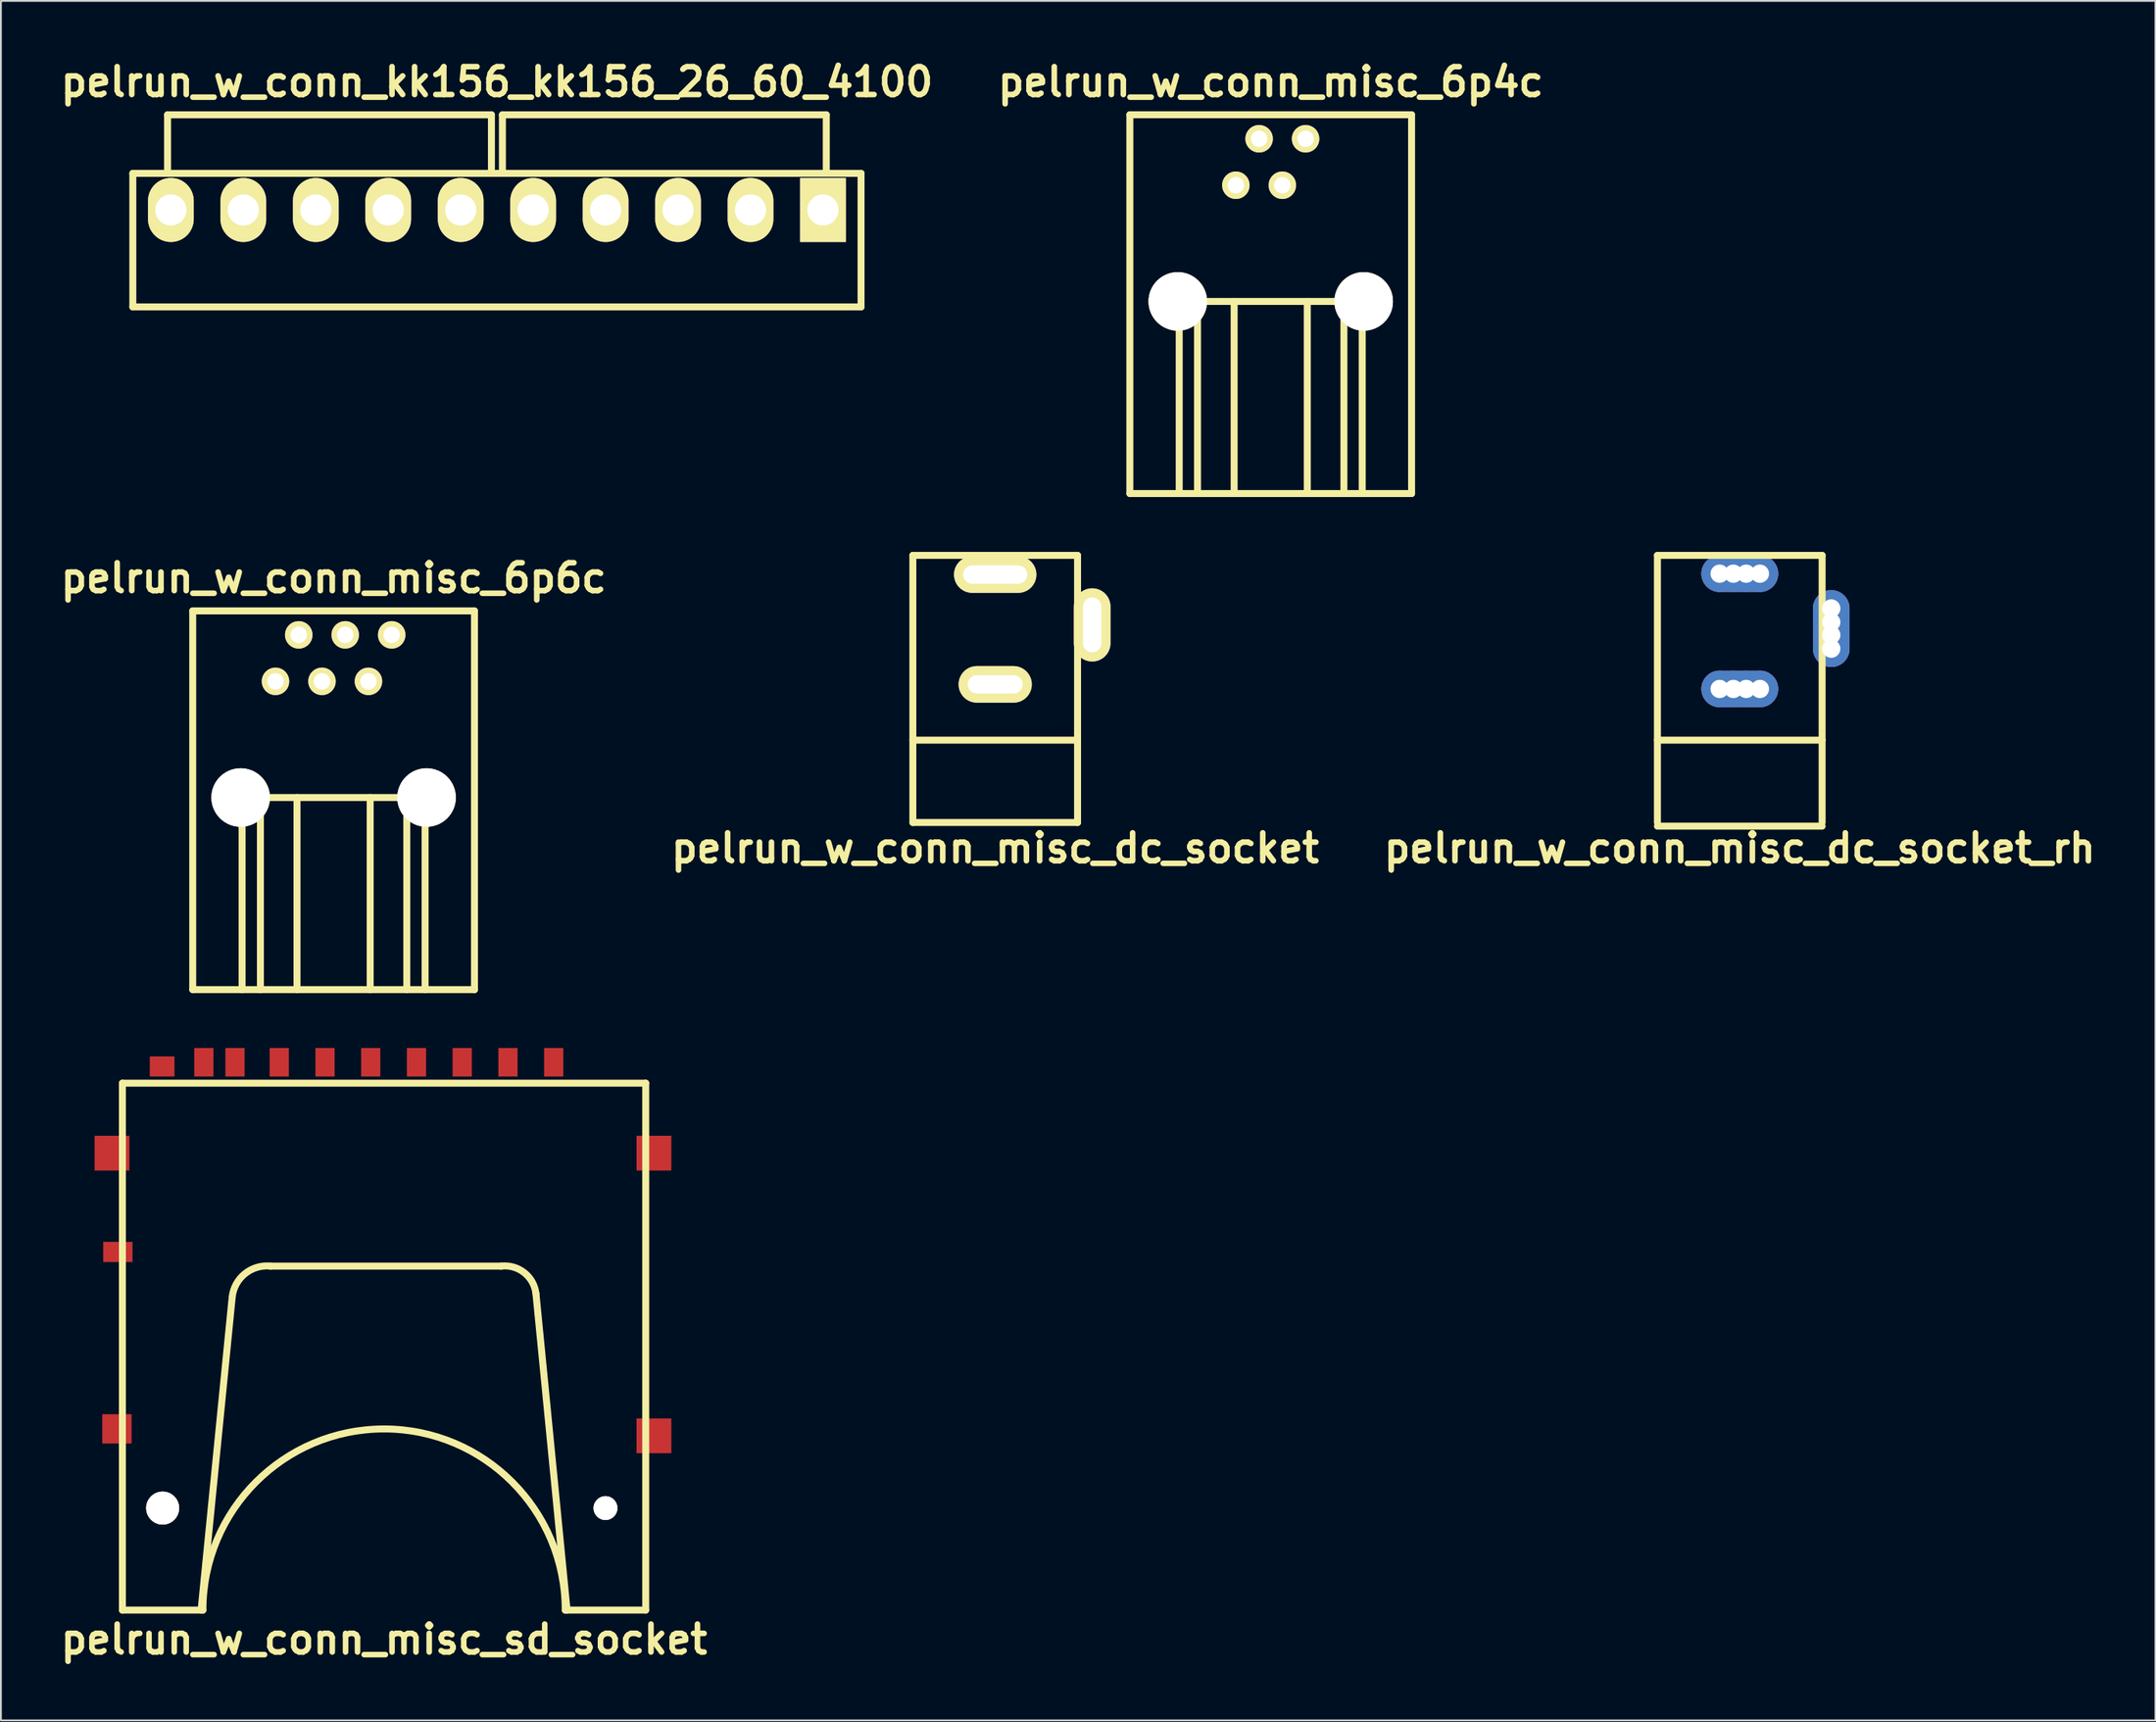
<source format=kicad_pcb>
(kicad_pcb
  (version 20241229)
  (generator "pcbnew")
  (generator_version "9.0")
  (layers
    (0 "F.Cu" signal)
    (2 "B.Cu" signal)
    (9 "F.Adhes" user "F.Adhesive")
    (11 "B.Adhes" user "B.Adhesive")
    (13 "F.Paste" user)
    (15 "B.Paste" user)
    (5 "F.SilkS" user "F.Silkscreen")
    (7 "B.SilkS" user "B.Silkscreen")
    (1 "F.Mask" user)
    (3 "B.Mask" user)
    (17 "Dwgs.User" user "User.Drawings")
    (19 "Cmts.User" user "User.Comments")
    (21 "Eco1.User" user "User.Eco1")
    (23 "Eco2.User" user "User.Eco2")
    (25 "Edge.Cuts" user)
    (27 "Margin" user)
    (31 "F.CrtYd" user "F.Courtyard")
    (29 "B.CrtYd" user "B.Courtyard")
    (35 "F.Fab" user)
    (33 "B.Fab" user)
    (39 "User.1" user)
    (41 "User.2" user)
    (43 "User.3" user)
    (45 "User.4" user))
  (footprint "pelrun_w_conn_misc_dc_socket_rh"
    (layer "F.Cu")
    (at 92.033 34.607)
    (property "Reference" "pelrun_w_conn_misc_dc_socket_rh" (at 0 8.7 0) (layer "F.SilkS") (effects (font (size 1.524 1.524) (thickness 0.305))))
    (attr through_hole)
    (fp_line (start -4.501 -7.3) (end -4.501 7.3) (stroke (width 0.381) (type solid)) (layer "F.SilkS"))
    (fp_line (start -4.501 2.799) (end 4.501 2.799) (stroke (width 0.381) (type solid)) (layer "F.SilkS"))
    (fp_line (start -4.5 7.5) (end 4.5 7.5) (stroke (width 0.381) (type solid)) (layer "F.SilkS"))
    (fp_line (start 4.501 -7.3) (end -4.501 -7.3) (stroke (width 0.381) (type solid)) (layer "F.SilkS"))
    (fp_line (start 4.501 7.3) (end 4.501 -7.3) (stroke (width 0.381) (type solid)) (layer "F.SilkS"))
    (pad "1" thru_hole circle (at 5 -4.4) (size 2 2) (drill 1) (layers "*.Cu"))
    (pad "1" thru_hole circle (at 5 -3.65) (size 2 2) (drill 1) (layers "*.Cu"))
    (pad "1" smd oval (at 5 -3.3) (size 2 4.2) (layers "F.Cu" "F.Mask"))
    (pad "1" smd oval (at 5 -3.3) (size 2 4.2) (layers "B.Cu" "B.Mask"))
    (pad "1" thru_hole circle (at 5 -2.95) (size 2 2) (drill 1) (layers "*.Cu"))
    (pad "1" thru_hole circle (at 5 -2.2) (size 2 2) (drill 1) (layers "*.Cu"))
    (pad "2" thru_hole circle (at -1.1 0) (size 2 2) (drill 1) (layers "*.Cu"))
    (pad "2" thru_hole circle (at -0.35 0) (size 2 2) (drill 1) (layers "*.Cu"))
    (pad "2" smd oval (at 0 0) (size 4.2 2) (layers "F.Cu" "F.Mask"))
    (pad "2" smd oval (at 0 0) (size 4.2 2) (layers "B.Cu" "B.Mask"))
    (pad "2" thru_hole circle (at 0.35 0) (size 2 2) (drill 1) (layers "*.Cu"))
    (pad "2" thru_hole circle (at 1.1 0) (size 2 2) (drill 1) (layers "*.Cu"))
    (pad "3" thru_hole circle (at -1.1 -6.3) (size 2 2) (drill 1) (layers "*.Cu"))
    (pad "3" thru_hole circle (at -0.35 -6.3) (size 2 2) (drill 1) (layers "*.Cu"))
    (pad "3" smd oval (at 0 -6.3) (size 4.2 2) (layers "F.Cu" "F.Mask"))
    (pad "3" smd oval (at 0 -6.3) (size 4.2 2) (layers "B.Cu" "B.Mask"))
    (pad "3" thru_hole circle (at 0.35 -6.3) (size 2 2) (drill 1) (layers "*.Cu"))
    (pad "3" thru_hole circle (at 1.1 -6.3) (size 2 2) (drill 1) (layers "*.Cu")))
  (footprint "pelrun_w_conn_misc_dc_socket"
    (layer "F.Cu")
    (at 51.34 34.607)
    (property "Reference" "pelrun_w_conn_misc_dc_socket" (at 0 8.7 0) (layer "F.SilkS") (effects (font (size 1.524 1.524) (thickness 0.305))))
    (attr through_hole)
    (fp_line (start -4.501 -7.3) (end -4.501 7.3) (stroke (width 0.381) (type solid)) (layer "F.SilkS"))
    (fp_line (start -4.501 2.799) (end 4.501 2.799) (stroke (width 0.381) (type solid)) (layer "F.SilkS"))
    (fp_line (start -4.501 7.3) (end 4.501 7.3) (stroke (width 0.381) (type solid)) (layer "F.SilkS"))
    (fp_line (start 4.501 -7.3) (end -4.501 -7.3) (stroke (width 0.381) (type solid)) (layer "F.SilkS"))
    (fp_line (start 4.501 7.3) (end 4.501 -7.3) (stroke (width 0.381) (type solid)) (layer "F.SilkS"))
    (pad "1" thru_hole oval (at 5.301 -3.5) (size 1.999 4) (drill oval 1.001 3) (layers "*.Cu" "*.Mask" "F.SilkS"))
    (pad "2" thru_hole oval (at 0 -0.249) (size 4 1.999) (drill oval 3 1.001) (layers "*.Cu" "*.Mask" "F.SilkS"))
    (pad "3" thru_hole oval (at 0 -6.251) (size 4.501 1.999) (drill oval 3.5 1.001) (layers "*.Cu" "*.Mask" "F.SilkS")))
  (footprint "pelrun_w_conn_misc_sd_socket"
    (layer "F.Cu")
    (at 17.94 69.556)
    (property "Reference" "pelrun_w_conn_misc_sd_socket" (at 0 17 0) (layer "F.SilkS") (effects (font (size 1.524 1.524) (thickness 0.305))))
    (attr through_hole)
    (fp_line (start -14.3 -13.401) (end 14.3 -13.401) (stroke (width 0.381) (type solid)) (layer "F.SilkS"))
    (fp_line (start -14.3 15.4) (end -14.3 -13.401) (stroke (width 0.381) (type solid)) (layer "F.SilkS"))
    (fp_line (start -9.901 15.4) (end -14.3 15.4) (stroke (width 0.381) (type solid)) (layer "F.SilkS"))
    (fp_line (start -8.301 -1.699) (end -10 15.4) (stroke (width 0.381) (type solid)) (layer "F.SilkS"))
    (fp_line (start 6.401 -3.401) (end -6.2 -3.401) (stroke (width 0.381) (type solid)) (layer "F.SilkS"))
    (fp_line (start 8.301 -1.9) (end 10 15.4) (stroke (width 0.381) (type solid)) (layer "F.SilkS"))
    (fp_line (start 14.3 -13.401) (end 14.3 15.4) (stroke (width 0.381) (type solid)) (layer "F.SilkS"))
    (fp_line (start 14.3 15.4) (end 9.901 15.4) (stroke (width 0.381) (type solid)) (layer "F.SilkS"))
    (fp_arc (start -9.90092 15.40002) (mid -7.001008 8.399012) (end 0 5.4991) (stroke (width 0.381) (type solid)) (layer "F.SilkS"))
    (fp_arc (start -8.30072 -1.69926) (mid -7.604154 -2.984678) (end -6.20268 -3.40106) (stroke (width 0.381) (type solid)) (layer "F.SilkS"))
    (fp_arc (start 0 5.4991) (mid 7.001008 8.399012) (end 9.90092 15.40002) (stroke (width 0.381) (type solid)) (layer "F.SilkS"))
    (fp_arc (start 6.4008 -3.40106) (mid 7.662182 -3.042706) (end 8.30072 -1.89738) (stroke (width 0.381) (type solid)) (layer "F.SilkS"))
    (pad "" smd rect (at -14.869 -9.576) (size 1.9 1.9) (layers "F.Cu" "F.Mask" "F.Paste"))
    (pad "" thru_hole circle (at -12.101 9.825) (size 1.801 1.801) (drill 1.801) (layers "*.Cu" "*.Mask" "F.SilkS"))
    (pad "" thru_hole circle (at 12.101 9.825) (size 1.3 1.3) (drill 1.3) (layers "*.Cu" "*.Mask" "F.SilkS"))
    (pad "" smd rect (at 14.75 -9.576) (size 1.9 1.9) (layers "F.Cu" "F.Mask" "F.Paste"))
    (pad "" smd rect (at 14.75 5.875) (size 1.9 1.9) (layers "F.Cu" "F.Mask" "F.Paste"))
    (pad "1" smd rect (at 6.772 -14.544) (size 1.049 1.56) (layers "F.Cu" "F.Mask" "F.Paste"))
    (pad "2" smd rect (at 4.27 -14.544) (size 1.049 1.56) (layers "F.Cu" "F.Mask" "F.Paste"))
    (pad "3" smd rect (at 1.77 -14.544) (size 1.049 1.56) (layers "F.Cu" "F.Mask" "F.Paste"))
    (pad "4" smd rect (at -0.729 -14.544) (size 1.049 1.56) (layers "F.Cu" "F.Mask" "F.Paste"))
    (pad "5" smd rect (at -3.228 -14.544) (size 1.049 1.56) (layers "F.Cu" "F.Mask" "F.Paste"))
    (pad "6" smd rect (at -5.73 -14.544) (size 1.049 1.56) (layers "F.Cu" "F.Mask" "F.Paste"))
    (pad "7" smd rect (at -8.148 -14.544) (size 1.049 1.56) (layers "F.Cu" "F.Mask" "F.Paste"))
    (pad "8" smd rect (at -9.85 -14.544) (size 1.049 1.56) (layers "F.Cu" "F.Mask" "F.Paste"))
    (pad "9" smd rect (at 9.271 -14.544) (size 1.049 1.56) (layers "F.Cu" "F.Mask" "F.Paste"))
    (pad "CD" smd rect (at -12.129 -14.315) (size 1.349 1.1) (layers "F.Cu" "F.Mask" "F.Paste"))
    (pad "COM" smd rect (at -14.549 -4.176) (size 1.6 1.1) (layers "F.Cu" "F.Mask" "F.Paste"))
    (pad "WP" smd rect (at -14.6 5.494) (size 1.6 1.6) (layers "F.Cu" "F.Mask" "F.Paste")))
  (footprint "pelrun_w_conn_misc_6p6c"
    (layer "F.Cu")
    (at 15.182 40.542)
    (property "Reference" "pelrun_w_conn_misc_6p6c" (at 0 -11.999 0) (layer "F.SilkS") (effects (font (size 1.524 1.524) (thickness 0.305))))
    (attr through_hole)
    (fp_line (start -7.699 -10.201) (end 7.699 -10.201) (stroke (width 0.381) (type solid)) (layer "F.SilkS"))
    (fp_line (start -7.699 10.5) (end -7.699 -10.201) (stroke (width 0.381) (type solid)) (layer "F.SilkS"))
    (fp_line (start -5.001 0) (end -5.001 10.5) (stroke (width 0.381) (type solid)) (layer "F.SilkS"))
    (fp_line (start -5.001 0) (end 5.001 0) (stroke (width 0.381) (type solid)) (layer "F.SilkS"))
    (fp_line (start -4 10.5) (end -4 0) (stroke (width 0.381) (type solid)) (layer "F.SilkS"))
    (fp_line (start -1.999 10.5) (end -1.999 0) (stroke (width 0.381) (type solid)) (layer "F.SilkS"))
    (fp_line (start 1.999 10.5) (end 1.999 0) (stroke (width 0.381) (type solid)) (layer "F.SilkS"))
    (fp_line (start 4 0) (end 4 10.5) (stroke (width 0.381) (type solid)) (layer "F.SilkS"))
    (fp_line (start 5.001 0) (end 5.001 10.5) (stroke (width 0.381) (type solid)) (layer "F.SilkS"))
    (fp_line (start 7.699 -10.201) (end 7.699 10.5) (stroke (width 0.381) (type solid)) (layer "F.SilkS"))
    (fp_line (start 7.699 10.5) (end -7.699 10.5) (stroke (width 0.381) (type solid)) (layer "F.SilkS"))
    (pad "" np_thru_hole circle (at -5.08 0) (size 3.2 3.2) (drill 3.2) (layers "*.Cu" "*.Mask" "F.SilkS"))
    (pad "" np_thru_hole circle (at 5.08 0) (size 3.2 3.2) (drill 3.2) (layers "*.Cu" "*.Mask" "F.SilkS"))
    (pad "1" thru_hole circle (at -3.175 -6.35) (size 1.501 1.501) (drill 0.899) (layers "*.Cu" "*.Mask" "F.SilkS"))
    (pad "2" thru_hole circle (at -1.905 -8.89) (size 1.501 1.501) (drill 0.899) (layers "*.Cu" "*.Mask" "F.SilkS"))
    (pad "3" thru_hole circle (at -0.635 -6.35) (size 1.501 1.501) (drill 0.899) (layers "*.Cu" "*.Mask" "F.SilkS"))
    (pad "4" thru_hole circle (at 0.635 -8.89) (size 1.501 1.501) (drill 0.899) (layers "*.Cu" "*.Mask" "F.SilkS"))
    (pad "5" thru_hole circle (at 1.905 -6.35) (size 1.501 1.501) (drill 0.899) (layers "*.Cu" "*.Mask" "F.SilkS"))
    (pad "6" thru_hole circle (at 3.175 -8.89) (size 1.501 1.501) (drill 0.899) (layers "*.Cu" "*.Mask" "F.SilkS")))
  (footprint "pelrun_w_conn_kk156_kk156_26_60_4100"
    (layer "F.Cu")
    (at 24.108 8.426)
    (property "Reference" "pelrun_w_conn_kk156_kk156_26_60_4100" (at 0 -7 0) (layer "F.SilkS") (effects (font (size 1.524 1.524) (thickness 0.305))))
    (attr through_hole)
    (fp_line (start -19.9 -2) (end 19.9 -2) (stroke (width 0.381) (type solid)) (layer "F.SilkS"))
    (fp_line (start -19.9 5.3) (end -19.9 -2) (stroke (width 0.381) (type solid)) (layer "F.SilkS"))
    (fp_line (start -19.9 5.3) (end 19.9 5.3) (stroke (width 0.381) (type solid)) (layer "F.SilkS"))
    (fp_line (start -18 -2) (end -18 -5.2) (stroke (width 0.381) (type solid)) (layer "F.SilkS"))
    (fp_line (start -0.3 -5.2) (end -18 -5.2) (stroke (width 0.381) (type solid)) (layer "F.SilkS"))
    (fp_line (start -0.3 -2) (end -0.3 -5.2) (stroke (width 0.381) (type solid)) (layer "F.SilkS"))
    (fp_line (start 0.3 -5.2) (end 18 -5.2) (stroke (width 0.381) (type solid)) (layer "F.SilkS"))
    (fp_line (start 0.3 -2) (end 0.3 -5.2) (stroke (width 0.381) (type solid)) (layer "F.SilkS"))
    (fp_line (start 18 -5.2) (end 18 -2) (stroke (width 0.381) (type solid)) (layer "F.SilkS"))
    (fp_line (start 19.9 -2) (end 19.9 5.3) (stroke (width 0.381) (type solid)) (layer "F.SilkS"))
    (pad "1" thru_hole rect (at 17.82 0) (size 2.5 3.5) (drill 1.7) (layers "*.Cu" "*.Mask" "F.SilkS"))
    (pad "2" thru_hole oval (at 13.86 0) (size 2.5 3.5) (drill 1.7) (layers "*.Cu" "*.Mask" "F.SilkS"))
    (pad "3" thru_hole oval (at 9.9 0) (size 2.5 3.5) (drill 1.7) (layers "*.Cu" "*.Mask" "F.SilkS"))
    (pad "4" thru_hole oval (at 5.94 0) (size 2.5 3.5) (drill 1.7) (layers "*.Cu" "*.Mask" "F.SilkS"))
    (pad "5" thru_hole oval (at 1.98 0) (size 2.5 3.5) (drill 1.7) (layers "*.Cu" "*.Mask" "F.SilkS"))
    (pad "6" thru_hole oval (at -1.98 0) (size 2.5 3.5) (drill 1.7) (layers "*.Cu" "*.Mask" "F.SilkS"))
    (pad "7" thru_hole oval (at -5.94 0) (size 2.5 3.5) (drill 1.7) (layers "*.Cu" "*.Mask" "F.SilkS"))
    (pad "8" thru_hole oval (at -9.9 0) (size 2.5 3.5) (drill 1.7) (layers "*.Cu" "*.Mask" "F.SilkS"))
    (pad "9" thru_hole oval (at -13.86 0) (size 2.5 3.5) (drill 1.7) (layers "*.Cu" "*.Mask" "F.SilkS"))
    (pad "10" thru_hole oval (at -17.82 0) (size 2.5 3.5) (drill 1.7) (layers "*.Cu" "*.Mask" "F.SilkS")))
  (footprint "pelrun_w_conn_misc_6p4c"
    (layer "F.Cu")
    (at 66.398 13.425)
    (property "Reference" "pelrun_w_conn_misc_6p4c" (at 0 -11.999 0) (layer "F.SilkS") (effects (font (size 1.524 1.524) (thickness 0.305))))
    (attr through_hole)
    (fp_line (start -7.699 -10.201) (end 7.699 -10.201) (stroke (width 0.381) (type solid)) (layer "F.SilkS"))
    (fp_line (start -7.699 10.5) (end -7.699 -10.201) (stroke (width 0.381) (type solid)) (layer "F.SilkS"))
    (fp_line (start -5.001 0) (end -5.001 10.5) (stroke (width 0.381) (type solid)) (layer "F.SilkS"))
    (fp_line (start -5.001 0) (end 5.001 0) (stroke (width 0.381) (type solid)) (layer "F.SilkS"))
    (fp_line (start -4 10.5) (end -4 0) (stroke (width 0.381) (type solid)) (layer "F.SilkS"))
    (fp_line (start -1.999 10.5) (end -1.999 0) (stroke (width 0.381) (type solid)) (layer "F.SilkS"))
    (fp_line (start 1.999 10.5) (end 1.999 0) (stroke (width 0.381) (type solid)) (layer "F.SilkS"))
    (fp_line (start 4 0) (end 4 10.5) (stroke (width 0.381) (type solid)) (layer "F.SilkS"))
    (fp_line (start 5.001 0) (end 5.001 10.5) (stroke (width 0.381) (type solid)) (layer "F.SilkS"))
    (fp_line (start 7.699 -10.201) (end 7.699 10.5) (stroke (width 0.381) (type solid)) (layer "F.SilkS"))
    (fp_line (start 7.699 10.5) (end -7.699 10.5) (stroke (width 0.381) (type solid)) (layer "F.SilkS"))
    (pad "" np_thru_hole circle (at -5.08 0) (size 3.2 3.2) (drill 3.2) (layers "*.Cu" "*.Mask" "F.SilkS"))
    (pad "" np_thru_hole circle (at 5.08 0) (size 3.2 3.2) (drill 3.2) (layers "*.Cu" "*.Mask" "F.SilkS"))
    (pad "1" thru_hole circle (at -1.905 -6.35) (size 1.501 1.501) (drill 0.899) (layers "*.Cu" "*.Mask" "F.SilkS"))
    (pad "2" thru_hole circle (at -0.635 -8.89) (size 1.501 1.501) (drill 0.899) (layers "*.Cu" "*.Mask" "F.SilkS"))
    (pad "3" thru_hole circle (at 0.635 -6.35) (size 1.501 1.501) (drill 0.899) (layers "*.Cu" "*.Mask" "F.SilkS"))
    (pad "4" thru_hole circle (at 1.905 -8.89) (size 1.501 1.501) (drill 0.899) (layers "*.Cu" "*.Mask" "F.SilkS")))
  (gr_rect
    (start -3 -3)
    (end 114.751 90.983)
    (stroke (width 0.1) (type default))
    (fill no)
    (layer "Edge.Cuts")))
</source>
